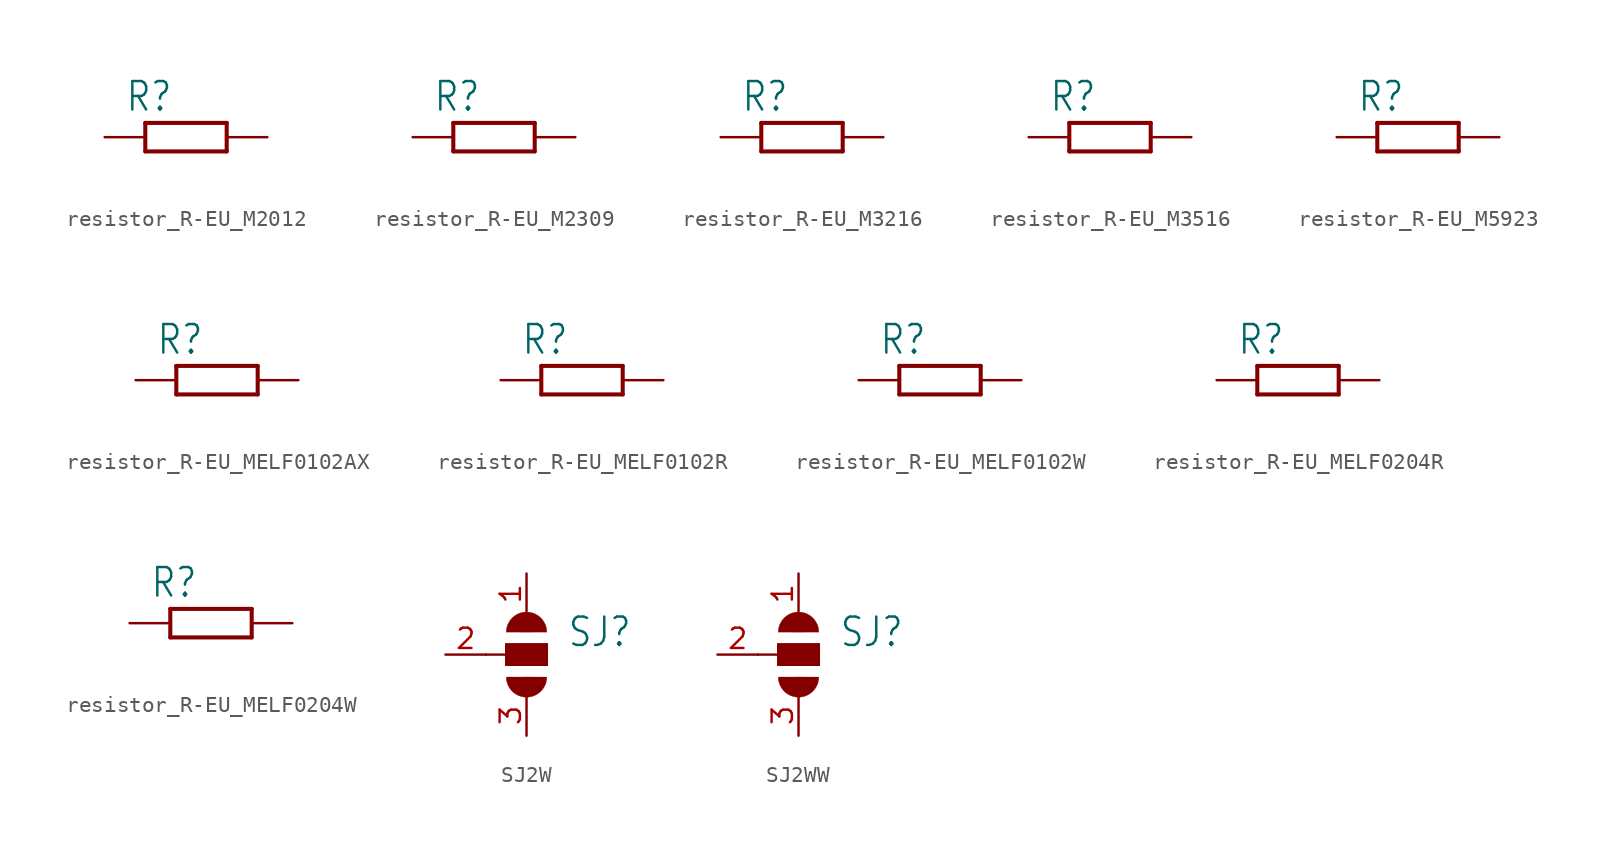
<source format=kicad_sym>
(kicad_symbol_lib
  (version 20220914)
  (generator kicad_symbol_editor)
  (symbol "resistor_R-EU_M2012"
    (property "Reference" "R"
      (at -3.81 1.499 0)
      (effects (font (size 1.778 1.511)) (justify left bottom)))
    (property "Value" ""
      (at -3.81 -3.302 0)
      (effects (font (size 1.778 1.511)) (justify left bottom)))
    (property "ki_locked" ""
      (at 0 0 0)
      (effects (font (size 1.27 1.27))))
    (symbol "resistor_R-EU_M2012_1_0"
      (polyline (pts (xy -2.54 -0.889) (xy -2.54 0.889)) (stroke (width 0.254) (type solid)) (fill (type none)))
      (polyline (pts (xy -2.54 -0.889) (xy 2.54 -0.889)) (stroke (width 0.254) (type solid)) (fill (type none)))
      (polyline (pts (xy 2.54 -0.889) (xy 2.54 0.889)) (stroke (width 0.254) (type solid)) (fill (type none)))
      (polyline (pts (xy 2.54 0.889) (xy -2.54 0.889)) (stroke (width 0.254) (type solid)) (fill (type none)))
      (pin passive line (at -5.08 0 0) (length 2.54) (name "1" (effects (font (size 0 0)))) (number "1" (effects (font (size 0 0)))))
      (pin passive line (at 5.08 0 180) (length 2.54) (name "2" (effects (font (size 0 0)))) (number "2" (effects (font (size 0 0)))))))
  (symbol "resistor_R-EU_M2309"
    (property "Reference" "R"
      (at -3.81 1.499 0)
      (effects (font (size 1.778 1.511)) (justify left bottom)))
    (property "Value" ""
      (at -3.81 -3.302 0)
      (effects (font (size 1.778 1.511)) (justify left bottom)))
    (property "ki_locked" ""
      (at 0 0 0)
      (effects (font (size 1.27 1.27))))
    (symbol "resistor_R-EU_M2309_1_0"
      (polyline (pts (xy -2.54 -0.889) (xy -2.54 0.889)) (stroke (width 0.254) (type solid)) (fill (type none)))
      (polyline (pts (xy -2.54 -0.889) (xy 2.54 -0.889)) (stroke (width 0.254) (type solid)) (fill (type none)))
      (polyline (pts (xy 2.54 -0.889) (xy 2.54 0.889)) (stroke (width 0.254) (type solid)) (fill (type none)))
      (polyline (pts (xy 2.54 0.889) (xy -2.54 0.889)) (stroke (width 0.254) (type solid)) (fill (type none)))
      (pin passive line (at -5.08 0 0) (length 2.54) (name "1" (effects (font (size 0 0)))) (number "1" (effects (font (size 0 0)))))
      (pin passive line (at 5.08 0 180) (length 2.54) (name "2" (effects (font (size 0 0)))) (number "2" (effects (font (size 0 0)))))))
  (symbol "resistor_R-EU_M3216"
    (property "Reference" "R"
      (at -3.81 1.499 0)
      (effects (font (size 1.778 1.511)) (justify left bottom)))
    (property "Value" ""
      (at -3.81 -3.302 0)
      (effects (font (size 1.778 1.511)) (justify left bottom)))
    (property "ki_locked" ""
      (at 0 0 0)
      (effects (font (size 1.27 1.27))))
    (symbol "resistor_R-EU_M3216_1_0"
      (polyline (pts (xy -2.54 -0.889) (xy -2.54 0.889)) (stroke (width 0.254) (type solid)) (fill (type none)))
      (polyline (pts (xy -2.54 -0.889) (xy 2.54 -0.889)) (stroke (width 0.254) (type solid)) (fill (type none)))
      (polyline (pts (xy 2.54 -0.889) (xy 2.54 0.889)) (stroke (width 0.254) (type solid)) (fill (type none)))
      (polyline (pts (xy 2.54 0.889) (xy -2.54 0.889)) (stroke (width 0.254) (type solid)) (fill (type none)))
      (pin passive line (at -5.08 0 0) (length 2.54) (name "1" (effects (font (size 0 0)))) (number "1" (effects (font (size 0 0)))))
      (pin passive line (at 5.08 0 180) (length 2.54) (name "2" (effects (font (size 0 0)))) (number "2" (effects (font (size 0 0)))))))
  (symbol "resistor_R-EU_M3516"
    (property "Reference" "R"
      (at -3.81 1.499 0)
      (effects (font (size 1.778 1.511)) (justify left bottom)))
    (property "Value" ""
      (at -3.81 -3.302 0)
      (effects (font (size 1.778 1.511)) (justify left bottom)))
    (property "ki_locked" ""
      (at 0 0 0)
      (effects (font (size 1.27 1.27))))
    (symbol "resistor_R-EU_M3516_1_0"
      (polyline (pts (xy -2.54 -0.889) (xy -2.54 0.889)) (stroke (width 0.254) (type solid)) (fill (type none)))
      (polyline (pts (xy -2.54 -0.889) (xy 2.54 -0.889)) (stroke (width 0.254) (type solid)) (fill (type none)))
      (polyline (pts (xy 2.54 -0.889) (xy 2.54 0.889)) (stroke (width 0.254) (type solid)) (fill (type none)))
      (polyline (pts (xy 2.54 0.889) (xy -2.54 0.889)) (stroke (width 0.254) (type solid)) (fill (type none)))
      (pin passive line (at -5.08 0 0) (length 2.54) (name "1" (effects (font (size 0 0)))) (number "1" (effects (font (size 0 0)))))
      (pin passive line (at 5.08 0 180) (length 2.54) (name "2" (effects (font (size 0 0)))) (number "2" (effects (font (size 0 0)))))))
  (symbol "resistor_R-EU_M5923"
    (property "Reference" "R"
      (at -3.81 1.499 0)
      (effects (font (size 1.778 1.511)) (justify left bottom)))
    (property "Value" ""
      (at -3.81 -3.302 0)
      (effects (font (size 1.778 1.511)) (justify left bottom)))
    (property "ki_locked" ""
      (at 0 0 0)
      (effects (font (size 1.27 1.27))))
    (symbol "resistor_R-EU_M5923_1_0"
      (polyline (pts (xy -2.54 -0.889) (xy -2.54 0.889)) (stroke (width 0.254) (type solid)) (fill (type none)))
      (polyline (pts (xy -2.54 -0.889) (xy 2.54 -0.889)) (stroke (width 0.254) (type solid)) (fill (type none)))
      (polyline (pts (xy 2.54 -0.889) (xy 2.54 0.889)) (stroke (width 0.254) (type solid)) (fill (type none)))
      (polyline (pts (xy 2.54 0.889) (xy -2.54 0.889)) (stroke (width 0.254) (type solid)) (fill (type none)))
      (pin passive line (at -5.08 0 0) (length 2.54) (name "1" (effects (font (size 0 0)))) (number "1" (effects (font (size 0 0)))))
      (pin passive line (at 5.08 0 180) (length 2.54) (name "2" (effects (font (size 0 0)))) (number "2" (effects (font (size 0 0)))))))
  (symbol "resistor_R-EU_MELF0102AX"
    (property "Reference" "R"
      (at -3.81 1.499 0)
      (effects (font (size 1.778 1.511)) (justify left bottom)))
    (property "Value" ""
      (at -3.81 -3.302 0)
      (effects (font (size 1.778 1.511)) (justify left bottom)))
    (property "ki_locked" ""
      (at 0 0 0)
      (effects (font (size 1.27 1.27))))
    (symbol "resistor_R-EU_MELF0102AX_1_0"
      (polyline (pts (xy -2.54 -0.889) (xy -2.54 0.889)) (stroke (width 0.254) (type solid)) (fill (type none)))
      (polyline (pts (xy -2.54 -0.889) (xy 2.54 -0.889)) (stroke (width 0.254) (type solid)) (fill (type none)))
      (polyline (pts (xy 2.54 -0.889) (xy 2.54 0.889)) (stroke (width 0.254) (type solid)) (fill (type none)))
      (polyline (pts (xy 2.54 0.889) (xy -2.54 0.889)) (stroke (width 0.254) (type solid)) (fill (type none)))
      (pin passive line (at -5.08 0 0) (length 2.54) (name "1" (effects (font (size 0 0)))) (number "1" (effects (font (size 0 0)))))
      (pin passive line (at 5.08 0 180) (length 2.54) (name "2" (effects (font (size 0 0)))) (number "2" (effects (font (size 0 0)))))))
  (symbol "resistor_R-EU_MELF0102R"
    (property "Reference" "R"
      (at -3.81 1.499 0)
      (effects (font (size 1.778 1.511)) (justify left bottom)))
    (property "Value" ""
      (at -3.81 -3.302 0)
      (effects (font (size 1.778 1.511)) (justify left bottom)))
    (property "ki_locked" ""
      (at 0 0 0)
      (effects (font (size 1.27 1.27))))
    (symbol "resistor_R-EU_MELF0102R_1_0"
      (polyline (pts (xy -2.54 -0.889) (xy -2.54 0.889)) (stroke (width 0.254) (type solid)) (fill (type none)))
      (polyline (pts (xy -2.54 -0.889) (xy 2.54 -0.889)) (stroke (width 0.254) (type solid)) (fill (type none)))
      (polyline (pts (xy 2.54 -0.889) (xy 2.54 0.889)) (stroke (width 0.254) (type solid)) (fill (type none)))
      (polyline (pts (xy 2.54 0.889) (xy -2.54 0.889)) (stroke (width 0.254) (type solid)) (fill (type none)))
      (pin passive line (at -5.08 0 0) (length 2.54) (name "1" (effects (font (size 0 0)))) (number "1" (effects (font (size 0 0)))))
      (pin passive line (at 5.08 0 180) (length 2.54) (name "2" (effects (font (size 0 0)))) (number "2" (effects (font (size 0 0)))))))
  (symbol "resistor_R-EU_MELF0102W"
    (property "Reference" "R"
      (at -3.81 1.499 0)
      (effects (font (size 1.778 1.511)) (justify left bottom)))
    (property "Value" ""
      (at -3.81 -3.302 0)
      (effects (font (size 1.778 1.511)) (justify left bottom)))
    (property "ki_locked" ""
      (at 0 0 0)
      (effects (font (size 1.27 1.27))))
    (symbol "resistor_R-EU_MELF0102W_1_0"
      (polyline (pts (xy -2.54 -0.889) (xy -2.54 0.889)) (stroke (width 0.254) (type solid)) (fill (type none)))
      (polyline (pts (xy -2.54 -0.889) (xy 2.54 -0.889)) (stroke (width 0.254) (type solid)) (fill (type none)))
      (polyline (pts (xy 2.54 -0.889) (xy 2.54 0.889)) (stroke (width 0.254) (type solid)) (fill (type none)))
      (polyline (pts (xy 2.54 0.889) (xy -2.54 0.889)) (stroke (width 0.254) (type solid)) (fill (type none)))
      (pin passive line (at -5.08 0 0) (length 2.54) (name "1" (effects (font (size 0 0)))) (number "1" (effects (font (size 0 0)))))
      (pin passive line (at 5.08 0 180) (length 2.54) (name "2" (effects (font (size 0 0)))) (number "2" (effects (font (size 0 0)))))))
  (symbol "resistor_R-EU_MELF0204R"
    (property "Reference" "R"
      (at -3.81 1.499 0)
      (effects (font (size 1.778 1.511)) (justify left bottom)))
    (property "Value" ""
      (at -3.81 -3.302 0)
      (effects (font (size 1.778 1.511)) (justify left bottom)))
    (property "ki_locked" ""
      (at 0 0 0)
      (effects (font (size 1.27 1.27))))
    (symbol "resistor_R-EU_MELF0204R_1_0"
      (polyline (pts (xy -2.54 -0.889) (xy -2.54 0.889)) (stroke (width 0.254) (type solid)) (fill (type none)))
      (polyline (pts (xy -2.54 -0.889) (xy 2.54 -0.889)) (stroke (width 0.254) (type solid)) (fill (type none)))
      (polyline (pts (xy 2.54 -0.889) (xy 2.54 0.889)) (stroke (width 0.254) (type solid)) (fill (type none)))
      (polyline (pts (xy 2.54 0.889) (xy -2.54 0.889)) (stroke (width 0.254) (type solid)) (fill (type none)))
      (pin passive line (at -5.08 0 0) (length 2.54) (name "1" (effects (font (size 0 0)))) (number "1" (effects (font (size 0 0)))))
      (pin passive line (at 5.08 0 180) (length 2.54) (name "2" (effects (font (size 0 0)))) (number "2" (effects (font (size 0 0)))))))
  (symbol "resistor_R-EU_MELF0204W"
    (property "Reference" "R"
      (at -3.81 1.499 0)
      (effects (font (size 1.778 1.511)) (justify left bottom)))
    (property "Value" ""
      (at -3.81 -3.302 0)
      (effects (font (size 1.778 1.511)) (justify left bottom)))
    (property "ki_locked" ""
      (at 0 0 0)
      (effects (font (size 1.27 1.27))))
    (symbol "resistor_R-EU_MELF0204W_1_0"
      (polyline (pts (xy -2.54 -0.889) (xy -2.54 0.889)) (stroke (width 0.254) (type solid)) (fill (type none)))
      (polyline (pts (xy -2.54 -0.889) (xy 2.54 -0.889)) (stroke (width 0.254) (type solid)) (fill (type none)))
      (polyline (pts (xy 2.54 -0.889) (xy 2.54 0.889)) (stroke (width 0.254) (type solid)) (fill (type none)))
      (polyline (pts (xy 2.54 0.889) (xy -2.54 0.889)) (stroke (width 0.254) (type solid)) (fill (type none)))
      (pin passive line (at -5.08 0 0) (length 2.54) (name "1" (effects (font (size 0 0)))) (number "1" (effects (font (size 0 0)))))
      (pin passive line (at 5.08 0 180) (length 2.54) (name "2" (effects (font (size 0 0)))) (number "2" (effects (font (size 0 0)))))))
  (symbol "SJ2W"
    (property "Reference" "SJ"
      (at 2.54 0.381 0)
      (effects (font (size 1.778 1.511)) (justify left bottom)))
    (property "Value" ""
      (at 2.54 -1.905 0)
      (effects (font (size 1.778 1.511)) (justify left bottom)))
    (property "ki_locked" ""
      (at 0 0 0)
      (effects (font (size 1.27 1.27))))
    (symbol "SJ2W_1_0"
      (arc (start -1.27 -1.397) (mid 0 -2.667) (end 1.27 -1.397) (stroke (width 0.0001) (type solid)) (fill (type outline)))
      (rectangle (start -1.27 -0.635) (end 1.27 0.635) (stroke (width 0) (type default)) (fill (type outline)))
      (polyline (pts (xy -2.54 0) (xy -1.27 0)) (stroke (width 0.152) (type solid)) (fill (type none)))
      (polyline (pts (xy -1.27 -0.635) (xy -1.27 0)) (stroke (width 0.152) (type solid)) (fill (type none)))
      (polyline (pts (xy -1.27 0) (xy -1.27 0.635)) (stroke (width 0.152) (type solid)) (fill (type none)))
      (polyline (pts (xy -1.27 0.635) (xy 1.27 0.635)) (stroke (width 0.152) (type solid)) (fill (type none)))
      (polyline (pts (xy 1.27 -0.635) (xy -1.27 -0.635)) (stroke (width 0.152) (type solid)) (fill (type none)))
      (polyline (pts (xy 1.27 0.635) (xy 1.27 -0.635)) (stroke (width 0.152) (type solid)) (fill (type none)))
      (arc (start 1.27 1.397) (mid 0 2.667) (end -1.27 1.397) (stroke (width 0.0001) (type solid)) (fill (type outline)))
      (pin passive line (at 0 5.08 270) (length 2.54) (name "1" (effects (font (size 0 0)))) (number "1" (effects (font (size 1.27 1.27)))))
      (pin passive line (at -5.08 0 0) (length 2.54) (name "2" (effects (font (size 0 0)))) (number "2" (effects (font (size 1.27 1.27)))))
      (pin passive line (at 0 -5.08 90) (length 2.54) (name "3" (effects (font (size 0 0)))) (number "3" (effects (font (size 1.27 1.27)))))))
  (symbol "SJ2WW"
    (property "Reference" "SJ"
      (at 2.54 0.381 0)
      (effects (font (size 1.778 1.511)) (justify left bottom)))
    (property "Value" ""
      (at 2.54 -1.905 0)
      (effects (font (size 1.778 1.511)) (justify left bottom)))
    (property "ki_locked" ""
      (at 0 0 0)
      (effects (font (size 1.27 1.27))))
    (symbol "SJ2WW_1_0"
      (arc (start -1.27 -1.397) (mid 0 -2.667) (end 1.27 -1.397) (stroke (width 0.0001) (type solid)) (fill (type outline)))
      (rectangle (start -1.27 -0.635) (end 1.27 0.635) (stroke (width 0) (type default)) (fill (type outline)))
      (polyline (pts (xy -2.54 0) (xy -1.27 0)) (stroke (width 0.152) (type solid)) (fill (type none)))
      (polyline (pts (xy -1.27 -0.635) (xy -1.27 0)) (stroke (width 0.152) (type solid)) (fill (type none)))
      (polyline (pts (xy -1.27 0) (xy -1.27 0.635)) (stroke (width 0.152) (type solid)) (fill (type none)))
      (polyline (pts (xy -1.27 0.635) (xy 1.27 0.635)) (stroke (width 0.152) (type solid)) (fill (type none)))
      (polyline (pts (xy 1.27 -0.635) (xy -1.27 -0.635)) (stroke (width 0.152) (type solid)) (fill (type none)))
      (polyline (pts (xy 1.27 0.635) (xy 1.27 -0.635)) (stroke (width 0.152) (type solid)) (fill (type none)))
      (arc (start 1.27 1.397) (mid 0 2.667) (end -1.27 1.397) (stroke (width 0.0001) (type solid)) (fill (type outline)))
      (pin passive line (at 0 5.08 270) (length 2.54) (name "1" (effects (font (size 0 0)))) (number "1" (effects (font (size 1.27 1.27)))))
      (pin passive line (at -5.08 0 0) (length 2.54) (name "2" (effects (font (size 0 0)))) (number "2" (effects (font (size 1.27 1.27)))))
      (pin passive line (at 0 -5.08 90) (length 2.54) (name "3" (effects (font (size 0 0)))) (number "3" (effects (font (size 1.27 1.27))))))))
</source>
